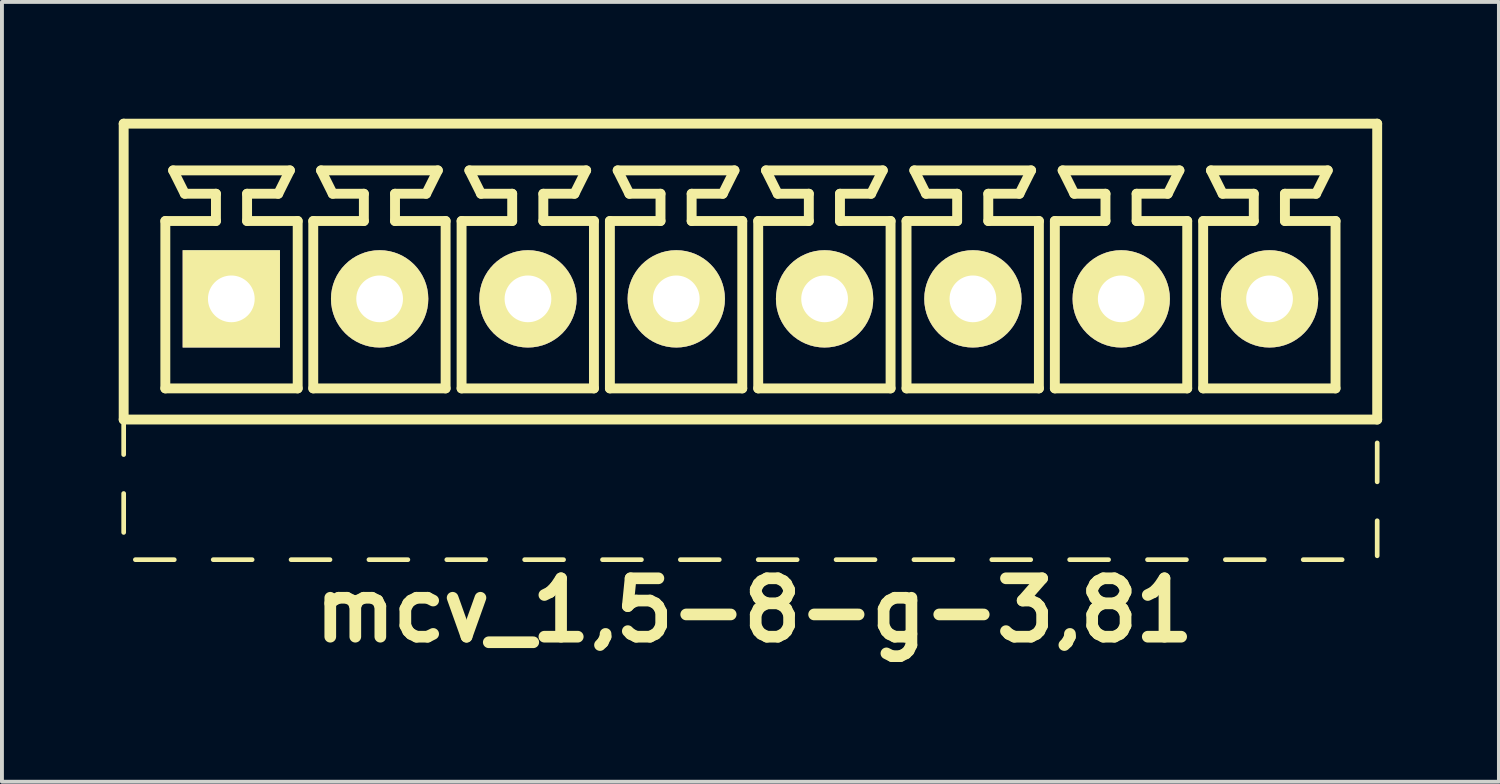
<source format=kicad_pcb>
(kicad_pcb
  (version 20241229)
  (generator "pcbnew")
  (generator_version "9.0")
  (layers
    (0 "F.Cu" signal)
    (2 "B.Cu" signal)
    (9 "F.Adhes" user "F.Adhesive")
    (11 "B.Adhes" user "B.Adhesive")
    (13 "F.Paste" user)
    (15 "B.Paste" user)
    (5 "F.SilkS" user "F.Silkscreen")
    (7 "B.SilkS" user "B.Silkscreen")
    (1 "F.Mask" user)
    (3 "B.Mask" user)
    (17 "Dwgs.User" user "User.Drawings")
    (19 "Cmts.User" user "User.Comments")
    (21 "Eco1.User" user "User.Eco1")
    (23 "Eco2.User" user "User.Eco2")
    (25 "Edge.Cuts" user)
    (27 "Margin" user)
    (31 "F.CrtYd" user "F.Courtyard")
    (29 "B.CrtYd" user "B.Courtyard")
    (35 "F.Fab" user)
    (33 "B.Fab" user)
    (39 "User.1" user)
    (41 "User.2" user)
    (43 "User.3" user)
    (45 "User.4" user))
  (footprint "mcv_1,5-8-g-3,81"
    (layer "F.Cu")
    (at 16.227 4.627)
    (property "Reference" "mcv_1,5-8-g-3,81" (at 0.1 8 0) (layer "F.SilkS") (effects (font (size 1.5 1.5) (thickness 0.3))))
    (attr through_hole)
    (fp_line (start -16.1 -4.5) (end -16.1 3.1) (stroke (width 0.254) (type solid)) (layer "F.SilkS"))
    (fp_line (start -16.1 -4.5) (end 16.1 -4.5) (stroke (width 0.254) (type solid)) (layer "F.SilkS"))
    (fp_line (start -16.1 3.1) (end -16.1 4) (stroke (width 0.12) (type solid)) (layer "F.SilkS"))
    (fp_line (start -16.1 3.1) (end 16.1 3.1) (stroke (width 0.254) (type solid)) (layer "F.SilkS"))
    (fp_line (start -16.1 5) (end -16.1 6) (stroke (width 0.12) (type solid)) (layer "F.SilkS"))
    (fp_line (start -15.8 6.7) (end -14.8 6.7) (stroke (width 0.12) (type solid)) (layer "F.SilkS"))
    (fp_line (start -15.03 -2) (end -13.73 -2) (stroke (width 0.254) (type solid)) (layer "F.SilkS"))
    (fp_line (start -15.03 2.3) (end -15.03 -2) (stroke (width 0.254) (type solid)) (layer "F.SilkS"))
    (fp_line (start -14.83 -3.3) (end -11.83 -3.3) (stroke (width 0.254) (type solid)) (layer "F.SilkS"))
    (fp_line (start -14.53 -2.7) (end -14.83 -3.3) (stroke (width 0.254) (type solid)) (layer "F.SilkS"))
    (fp_line (start -13.8 6.7) (end -12.8 6.7) (stroke (width 0.12) (type solid)) (layer "F.SilkS"))
    (fp_line (start -13.73 -2.7) (end -14.53 -2.7) (stroke (width 0.254) (type solid)) (layer "F.SilkS"))
    (fp_line (start -13.73 -2) (end -13.73 -2.7) (stroke (width 0.254) (type solid)) (layer "F.SilkS"))
    (fp_line (start -12.93 -2.7) (end -12.93 -2) (stroke (width 0.254) (type solid)) (layer "F.SilkS"))
    (fp_line (start -12.93 -2) (end -11.63 -2) (stroke (width 0.254) (type solid)) (layer "F.SilkS"))
    (fp_line (start -12.13 -2.7) (end -12.93 -2.7) (stroke (width 0.254) (type solid)) (layer "F.SilkS"))
    (fp_line (start -12.13 -2.7) (end -11.83 -3.3) (stroke (width 0.254) (type solid)) (layer "F.SilkS"))
    (fp_line (start -11.8 6.7) (end -10.8 6.7) (stroke (width 0.12) (type solid)) (layer "F.SilkS"))
    (fp_line (start -11.63 -2) (end -11.63 2.3) (stroke (width 0.254) (type solid)) (layer "F.SilkS"))
    (fp_line (start -11.63 2.3) (end -15.03 2.3) (stroke (width 0.254) (type solid)) (layer "F.SilkS"))
    (fp_line (start -11.23 -2) (end -9.93 -2) (stroke (width 0.254) (type solid)) (layer "F.SilkS"))
    (fp_line (start -11.23 2.3) (end -11.23 -2) (stroke (width 0.254) (type solid)) (layer "F.SilkS"))
    (fp_line (start -11.03 -3.3) (end -8.03 -3.3) (stroke (width 0.254) (type solid)) (layer "F.SilkS"))
    (fp_line (start -10.73 -2.7) (end -11.03 -3.3) (stroke (width 0.254) (type solid)) (layer "F.SilkS"))
    (fp_line (start -9.93 -2.7) (end -10.73 -2.7) (stroke (width 0.254) (type solid)) (layer "F.SilkS"))
    (fp_line (start -9.93 -2) (end -9.93 -2.7) (stroke (width 0.254) (type solid)) (layer "F.SilkS"))
    (fp_line (start -9.8 6.7) (end -8.8 6.7) (stroke (width 0.12) (type solid)) (layer "F.SilkS"))
    (fp_line (start -9.13 -2.7) (end -9.13 -2) (stroke (width 0.254) (type solid)) (layer "F.SilkS"))
    (fp_line (start -9.13 -2) (end -7.83 -2) (stroke (width 0.254) (type solid)) (layer "F.SilkS"))
    (fp_line (start -8.33 -2.7) (end -9.13 -2.7) (stroke (width 0.254) (type solid)) (layer "F.SilkS"))
    (fp_line (start -8.33 -2.7) (end -8.03 -3.3) (stroke (width 0.254) (type solid)) (layer "F.SilkS"))
    (fp_line (start -7.83 -2) (end -7.83 2.3) (stroke (width 0.254) (type solid)) (layer "F.SilkS"))
    (fp_line (start -7.83 2.3) (end -11.23 2.3) (stroke (width 0.254) (type solid)) (layer "F.SilkS"))
    (fp_line (start -7.8 6.7) (end -6.8 6.7) (stroke (width 0.12) (type solid)) (layer "F.SilkS"))
    (fp_line (start -7.42 -2) (end -6.12 -2) (stroke (width 0.254) (type solid)) (layer "F.SilkS"))
    (fp_line (start -7.42 2.3) (end -7.42 -2) (stroke (width 0.254) (type solid)) (layer "F.SilkS"))
    (fp_line (start -7.22 -3.3) (end -4.22 -3.3) (stroke (width 0.254) (type solid)) (layer "F.SilkS"))
    (fp_line (start -6.92 -2.7) (end -7.22 -3.3) (stroke (width 0.254) (type solid)) (layer "F.SilkS"))
    (fp_line (start -6.12 -2.7) (end -6.92 -2.7) (stroke (width 0.254) (type solid)) (layer "F.SilkS"))
    (fp_line (start -6.12 -2) (end -6.12 -2.7) (stroke (width 0.254) (type solid)) (layer "F.SilkS"))
    (fp_line (start -5.8 6.7) (end -4.8 6.7) (stroke (width 0.12) (type solid)) (layer "F.SilkS"))
    (fp_line (start -5.32 -2.7) (end -5.32 -2) (stroke (width 0.254) (type solid)) (layer "F.SilkS"))
    (fp_line (start -5.32 -2) (end -4.02 -2) (stroke (width 0.254) (type solid)) (layer "F.SilkS"))
    (fp_line (start -4.52 -2.7) (end -5.32 -2.7) (stroke (width 0.254) (type solid)) (layer "F.SilkS"))
    (fp_line (start -4.52 -2.7) (end -4.22 -3.3) (stroke (width 0.254) (type solid)) (layer "F.SilkS"))
    (fp_line (start -4.02 -2) (end -4.02 2.3) (stroke (width 0.254) (type solid)) (layer "F.SilkS"))
    (fp_line (start -4.02 2.3) (end -7.42 2.3) (stroke (width 0.254) (type solid)) (layer "F.SilkS"))
    (fp_line (start -3.8 6.7) (end -2.8 6.7) (stroke (width 0.12) (type solid)) (layer "F.SilkS"))
    (fp_line (start -3.61 -2) (end -2.31 -2) (stroke (width 0.254) (type solid)) (layer "F.SilkS"))
    (fp_line (start -3.61 2.3) (end -3.61 -2) (stroke (width 0.254) (type solid)) (layer "F.SilkS"))
    (fp_line (start -3.41 -3.3) (end -0.41 -3.3) (stroke (width 0.254) (type solid)) (layer "F.SilkS"))
    (fp_line (start -3.11 -2.7) (end -3.41 -3.3) (stroke (width 0.254) (type solid)) (layer "F.SilkS"))
    (fp_line (start -2.31 -2.7) (end -3.11 -2.7) (stroke (width 0.254) (type solid)) (layer "F.SilkS"))
    (fp_line (start -2.31 -2) (end -2.31 -2.7) (stroke (width 0.254) (type solid)) (layer "F.SilkS"))
    (fp_line (start -1.8 6.7) (end -0.8 6.7) (stroke (width 0.12) (type solid)) (layer "F.SilkS"))
    (fp_line (start -1.51 -2.7) (end -1.51 -2) (stroke (width 0.254) (type solid)) (layer "F.SilkS"))
    (fp_line (start -1.51 -2) (end -0.21 -2) (stroke (width 0.254) (type solid)) (layer "F.SilkS"))
    (fp_line (start -0.71 -2.7) (end -1.51 -2.7) (stroke (width 0.254) (type solid)) (layer "F.SilkS"))
    (fp_line (start -0.71 -2.7) (end -0.41 -3.3) (stroke (width 0.254) (type solid)) (layer "F.SilkS"))
    (fp_line (start -0.21 -2) (end -0.21 2.3) (stroke (width 0.254) (type solid)) (layer "F.SilkS"))
    (fp_line (start -0.21 2.3) (end -3.61 2.3) (stroke (width 0.254) (type solid)) (layer "F.SilkS"))
    (fp_line (start 0.2 -2) (end 1.5 -2) (stroke (width 0.254) (type solid)) (layer "F.SilkS"))
    (fp_line (start 0.2 2.3) (end 0.2 -2) (stroke (width 0.254) (type solid)) (layer "F.SilkS"))
    (fp_line (start 0.2 6.7) (end 1.2 6.7) (stroke (width 0.12) (type solid)) (layer "F.SilkS"))
    (fp_line (start 0.4 -3.3) (end 3.4 -3.3) (stroke (width 0.254) (type solid)) (layer "F.SilkS"))
    (fp_line (start 0.7 -2.7) (end 0.4 -3.3) (stroke (width 0.254) (type solid)) (layer "F.SilkS"))
    (fp_line (start 1.5 -2.7) (end 0.7 -2.7) (stroke (width 0.254) (type solid)) (layer "F.SilkS"))
    (fp_line (start 1.5 -2) (end 1.5 -2.7) (stroke (width 0.254) (type solid)) (layer "F.SilkS"))
    (fp_line (start 2.2 6.7) (end 3.2 6.7) (stroke (width 0.12) (type solid)) (layer "F.SilkS"))
    (fp_line (start 2.3 -2.7) (end 2.3 -2) (stroke (width 0.254) (type solid)) (layer "F.SilkS"))
    (fp_line (start 2.3 -2) (end 3.6 -2) (stroke (width 0.254) (type solid)) (layer "F.SilkS"))
    (fp_line (start 3.1 -2.7) (end 2.3 -2.7) (stroke (width 0.254) (type solid)) (layer "F.SilkS"))
    (fp_line (start 3.1 -2.7) (end 3.4 -3.3) (stroke (width 0.254) (type solid)) (layer "F.SilkS"))
    (fp_line (start 3.6 -2) (end 3.6 2.3) (stroke (width 0.254) (type solid)) (layer "F.SilkS"))
    (fp_line (start 3.6 2.3) (end 0.2 2.3) (stroke (width 0.254) (type solid)) (layer "F.SilkS"))
    (fp_line (start 4.01 -2) (end 5.31 -2) (stroke (width 0.254) (type solid)) (layer "F.SilkS"))
    (fp_line (start 4.01 2.3) (end 4.01 -2) (stroke (width 0.254) (type solid)) (layer "F.SilkS"))
    (fp_line (start 4.2 6.7) (end 5.2 6.7) (stroke (width 0.12) (type solid)) (layer "F.SilkS"))
    (fp_line (start 4.21 -3.3) (end 7.21 -3.3) (stroke (width 0.254) (type solid)) (layer "F.SilkS"))
    (fp_line (start 4.51 -2.7) (end 4.21 -3.3) (stroke (width 0.254) (type solid)) (layer "F.SilkS"))
    (fp_line (start 5.31 -2.7) (end 4.51 -2.7) (stroke (width 0.254) (type solid)) (layer "F.SilkS"))
    (fp_line (start 5.31 -2) (end 5.31 -2.7) (stroke (width 0.254) (type solid)) (layer "F.SilkS"))
    (fp_line (start 6.11 -2.7) (end 6.11 -2) (stroke (width 0.254) (type solid)) (layer "F.SilkS"))
    (fp_line (start 6.11 -2) (end 7.41 -2) (stroke (width 0.254) (type solid)) (layer "F.SilkS"))
    (fp_line (start 6.2 6.7) (end 7.2 6.7) (stroke (width 0.12) (type solid)) (layer "F.SilkS"))
    (fp_line (start 6.91 -2.7) (end 6.11 -2.7) (stroke (width 0.254) (type solid)) (layer "F.SilkS"))
    (fp_line (start 6.91 -2.7) (end 7.21 -3.3) (stroke (width 0.254) (type solid)) (layer "F.SilkS"))
    (fp_line (start 7.41 -2) (end 7.41 2.3) (stroke (width 0.254) (type solid)) (layer "F.SilkS"))
    (fp_line (start 7.41 2.3) (end 4.01 2.3) (stroke (width 0.254) (type solid)) (layer "F.SilkS"))
    (fp_line (start 7.82 -2) (end 9.12 -2) (stroke (width 0.254) (type solid)) (layer "F.SilkS"))
    (fp_line (start 7.82 2.3) (end 7.82 -2) (stroke (width 0.254) (type solid)) (layer "F.SilkS"))
    (fp_line (start 8.02 -3.3) (end 11.02 -3.3) (stroke (width 0.254) (type solid)) (layer "F.SilkS"))
    (fp_line (start 8.2 6.7) (end 9.2 6.7) (stroke (width 0.12) (type solid)) (layer "F.SilkS"))
    (fp_line (start 8.32 -2.7) (end 8.02 -3.3) (stroke (width 0.254) (type solid)) (layer "F.SilkS"))
    (fp_line (start 9.12 -2.7) (end 8.32 -2.7) (stroke (width 0.254) (type solid)) (layer "F.SilkS"))
    (fp_line (start 9.12 -2) (end 9.12 -2.7) (stroke (width 0.254) (type solid)) (layer "F.SilkS"))
    (fp_line (start 9.92 -2.7) (end 9.92 -2) (stroke (width 0.254) (type solid)) (layer "F.SilkS"))
    (fp_line (start 9.92 -2) (end 11.22 -2) (stroke (width 0.254) (type solid)) (layer "F.SilkS"))
    (fp_line (start 10.2 6.7) (end 11.2 6.7) (stroke (width 0.12) (type solid)) (layer "F.SilkS"))
    (fp_line (start 10.72 -2.7) (end 9.92 -2.7) (stroke (width 0.254) (type solid)) (layer "F.SilkS"))
    (fp_line (start 10.72 -2.7) (end 11.02 -3.3) (stroke (width 0.254) (type solid)) (layer "F.SilkS"))
    (fp_line (start 11.22 -2) (end 11.22 2.3) (stroke (width 0.254) (type solid)) (layer "F.SilkS"))
    (fp_line (start 11.22 2.3) (end 7.82 2.3) (stroke (width 0.254) (type solid)) (layer "F.SilkS"))
    (fp_line (start 11.63 -2) (end 12.93 -2) (stroke (width 0.254) (type solid)) (layer "F.SilkS"))
    (fp_line (start 11.63 2.3) (end 11.63 -2) (stroke (width 0.254) (type solid)) (layer "F.SilkS"))
    (fp_line (start 11.83 -3.3) (end 14.83 -3.3) (stroke (width 0.254) (type solid)) (layer "F.SilkS"))
    (fp_line (start 12.13 -2.7) (end 11.83 -3.3) (stroke (width 0.254) (type solid)) (layer "F.SilkS"))
    (fp_line (start 12.2 6.7) (end 13.2 6.7) (stroke (width 0.12) (type solid)) (layer "F.SilkS"))
    (fp_line (start 12.93 -2.7) (end 12.13 -2.7) (stroke (width 0.254) (type solid)) (layer "F.SilkS"))
    (fp_line (start 12.93 -2) (end 12.93 -2.7) (stroke (width 0.254) (type solid)) (layer "F.SilkS"))
    (fp_line (start 13.73 -2.7) (end 13.73 -2) (stroke (width 0.254) (type solid)) (layer "F.SilkS"))
    (fp_line (start 13.73 -2) (end 15.03 -2) (stroke (width 0.254) (type solid)) (layer "F.SilkS"))
    (fp_line (start 14.2 6.7) (end 15.2 6.7) (stroke (width 0.12) (type solid)) (layer "F.SilkS"))
    (fp_line (start 14.53 -2.7) (end 13.73 -2.7) (stroke (width 0.254) (type solid)) (layer "F.SilkS"))
    (fp_line (start 14.53 -2.7) (end 14.83 -3.3) (stroke (width 0.254) (type solid)) (layer "F.SilkS"))
    (fp_line (start 15.03 -2) (end 15.03 2.3) (stroke (width 0.254) (type solid)) (layer "F.SilkS"))
    (fp_line (start 15.03 2.3) (end 11.63 2.3) (stroke (width 0.254) (type solid)) (layer "F.SilkS"))
    (fp_line (start 16.1 -4.5) (end 16.1 3.1) (stroke (width 0.254) (type solid)) (layer "F.SilkS"))
    (fp_line (start 16.1 4.7) (end 16.1 3.7) (stroke (width 0.12) (type solid)) (layer "F.SilkS"))
    (fp_line (start 16.1 6.6) (end 16.1 5.7) (stroke (width 0.12) (type solid)) (layer "F.SilkS"))
    (pad "1" thru_hole rect (at -13.335 0) (size 2.5 2.5) (drill 1.2) (layers "*.Cu" "*.Mask" "F.SilkS"))
    (pad "2" thru_hole circle (at -9.525 0) (size 2.5 2.5) (drill 1.2) (layers "*.Cu" "*.Mask" "F.SilkS"))
    (pad "3" thru_hole circle (at -5.715 0) (size 2.5 2.5) (drill 1.2) (layers "*.Cu" "*.Mask" "F.SilkS"))
    (pad "4" thru_hole circle (at -1.905 0) (size 2.5 2.5) (drill 1.2) (layers "*.Cu" "*.Mask" "F.SilkS"))
    (pad "5" thru_hole circle (at 1.905 0) (size 2.5 2.5) (drill 1.2) (layers "*.Cu" "*.Mask" "F.SilkS"))
    (pad "6" thru_hole circle (at 5.715 0) (size 2.5 2.5) (drill 1.2) (layers "*.Cu" "*.Mask" "F.SilkS"))
    (pad "7" thru_hole circle (at 9.525 0) (size 2.5 2.5) (drill 1.2) (layers "*.Cu" "*.Mask" "F.SilkS"))
    (pad "8" thru_hole circle (at 13.335 0) (size 2.5 2.5) (drill 1.2) (layers "*.Cu" "*.Mask" "F.SilkS")))
  (gr_rect
    (start -3 -3)
    (end 35.454 17.031)
    (stroke (width 0.1) (type default))
    (fill no)
    (layer "Edge.Cuts")))
</source>
